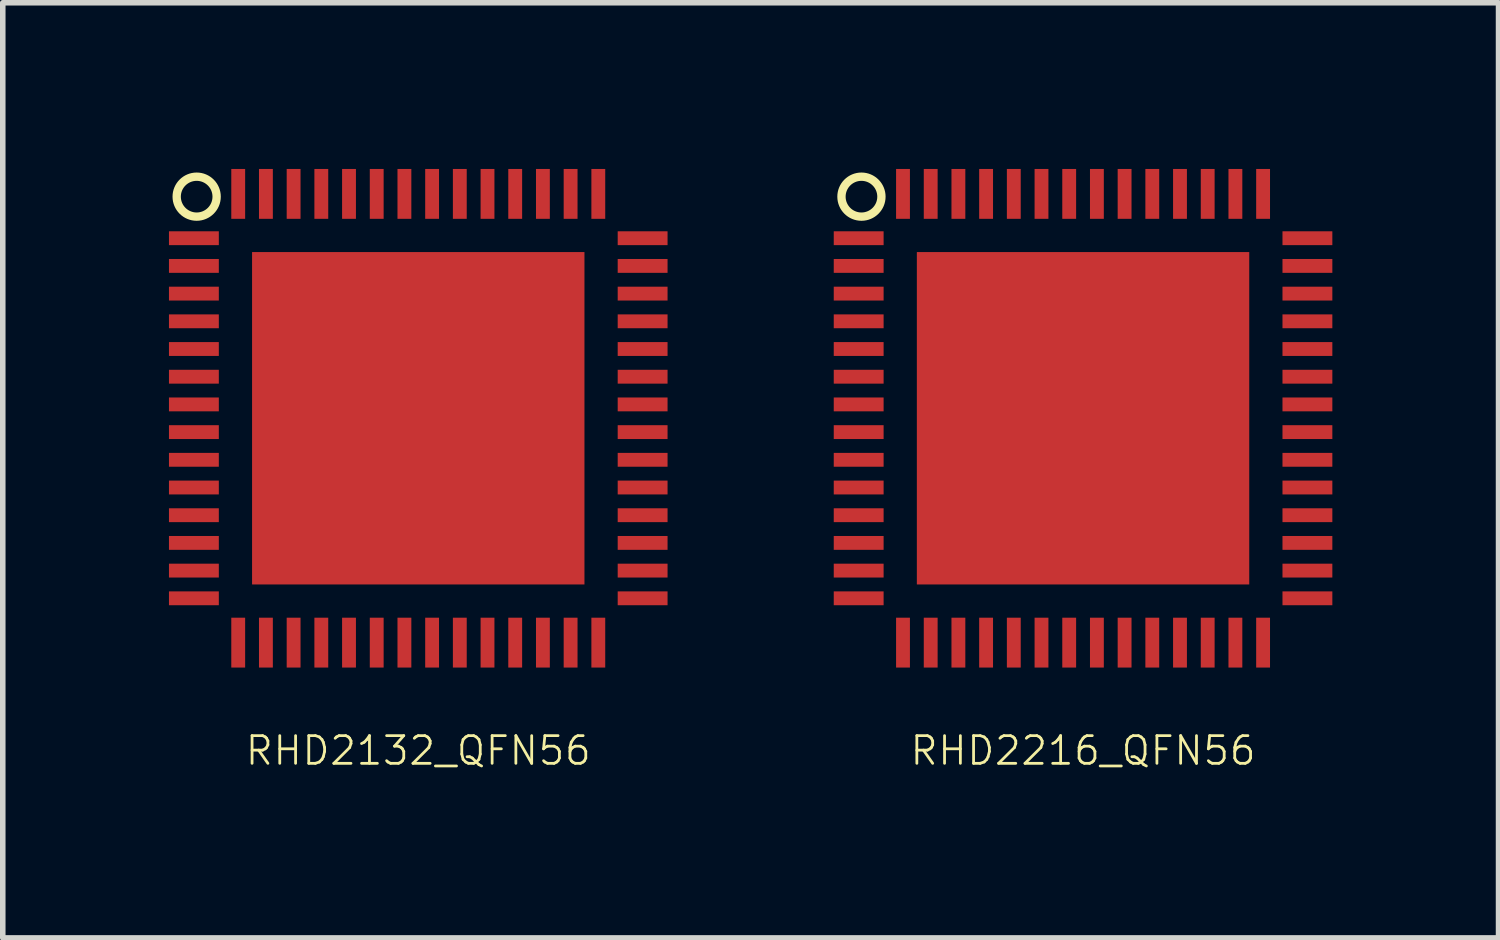
<source format=kicad_pcb>
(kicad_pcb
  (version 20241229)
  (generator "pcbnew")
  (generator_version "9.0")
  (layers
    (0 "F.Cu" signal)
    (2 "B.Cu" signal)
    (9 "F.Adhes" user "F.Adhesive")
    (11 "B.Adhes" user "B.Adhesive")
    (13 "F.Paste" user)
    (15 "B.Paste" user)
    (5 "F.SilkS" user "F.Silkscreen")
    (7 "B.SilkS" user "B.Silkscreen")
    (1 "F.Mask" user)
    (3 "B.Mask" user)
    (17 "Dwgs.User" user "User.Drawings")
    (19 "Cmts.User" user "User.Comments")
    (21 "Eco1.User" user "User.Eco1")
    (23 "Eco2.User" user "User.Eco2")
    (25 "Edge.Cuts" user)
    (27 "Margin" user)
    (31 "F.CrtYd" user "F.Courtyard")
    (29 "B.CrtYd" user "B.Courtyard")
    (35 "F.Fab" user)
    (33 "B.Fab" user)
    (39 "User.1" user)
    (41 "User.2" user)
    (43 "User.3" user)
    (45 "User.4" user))
  (footprint "RHD2216_QFN56"
    (layer "F.Cu")
    (at 16.5 4.5)
    (property "Reference" "RHD2216_QFN56" (at 0 6 0) (layer "F.SilkS") (effects (font (size 0.5 0.5) (thickness 0.05))))
    (attr through_hole)
    (fp_circle (center -4 -4) (end -3.7 -4.2) (stroke (width 0.15) (type solid)) (fill no) (layer "F.SilkS"))
    (pad "1" smd rect (at -4.05 -3.25) (size 0.9 0.25) (layers "F.Cu" "F.Mask" "F.Paste"))
    (pad "2" smd rect (at -4.05 -2.75) (size 0.9 0.25) (layers "F.Cu" "F.Mask" "F.Paste"))
    (pad "3" smd rect (at -4.05 -2.25) (size 0.9 0.25) (layers "F.Cu" "F.Mask" "F.Paste"))
    (pad "4" smd rect (at -4.05 -1.75) (size 0.9 0.25) (layers "F.Cu" "F.Mask" "F.Paste"))
    (pad "5" smd rect (at -4.05 -1.25) (size 0.9 0.25) (layers "F.Cu" "F.Mask" "F.Paste"))
    (pad "6" smd rect (at -4.05 -0.75) (size 0.9 0.25) (layers "F.Cu" "F.Mask" "F.Paste"))
    (pad "7" smd rect (at -4.05 -0.25) (size 0.9 0.25) (layers "F.Cu" "F.Mask" "F.Paste"))
    (pad "8" smd rect (at -4.05 0.25) (size 0.9 0.25) (layers "F.Cu" "F.Mask" "F.Paste"))
    (pad "9" smd rect (at -4.05 0.75) (size 0.9 0.25) (layers "F.Cu" "F.Mask" "F.Paste"))
    (pad "10" smd rect (at -4.05 1.25) (size 0.9 0.25) (layers "F.Cu" "F.Mask" "F.Paste"))
    (pad "11" smd rect (at -4.05 1.75) (size 0.9 0.25) (layers "F.Cu" "F.Mask" "F.Paste"))
    (pad "12" smd rect (at -4.05 2.25) (size 0.9 0.25) (layers "F.Cu" "F.Mask" "F.Paste"))
    (pad "13" smd rect (at -4.05 2.75) (size 0.9 0.25) (layers "F.Cu" "F.Mask" "F.Paste"))
    (pad "14" smd rect (at -4.05 3.25) (size 0.9 0.25) (layers "F.Cu" "F.Mask" "F.Paste"))
    (pad "15" smd rect (at -3.25 4.05) (size 0.25 0.9) (layers "F.Cu" "F.Mask" "F.Paste"))
    (pad "16" smd rect (at -2.75 4.05) (size 0.25 0.9) (layers "F.Cu" "F.Mask" "F.Paste"))
    (pad "17" smd rect (at -2.25 4.05) (size 0.25 0.9) (layers "F.Cu" "F.Mask" "F.Paste"))
    (pad "18" smd rect (at -1.75 4.05) (size 0.25 0.9) (layers "F.Cu" "F.Mask" "F.Paste"))
    (pad "19" smd rect (at -1.25 4.05) (size 0.25 0.9) (layers "F.Cu" "F.Mask" "F.Paste"))
    (pad "20" smd rect (at -0.75 4.05) (size 0.25 0.9) (layers "F.Cu" "F.Mask" "F.Paste"))
    (pad "21" smd rect (at -0.25 4.05) (size 0.25 0.9) (layers "F.Cu" "F.Mask" "F.Paste"))
    (pad "22" smd rect (at 0.25 4.05) (size 0.25 0.9) (layers "F.Cu" "F.Mask" "F.Paste"))
    (pad "23" smd rect (at 0.75 4.05) (size 0.25 0.9) (layers "F.Cu" "F.Mask" "F.Paste"))
    (pad "24" smd rect (at 1.25 4.05) (size 0.25 0.9) (layers "F.Cu" "F.Mask" "F.Paste"))
    (pad "25" smd rect (at 1.75 4.05) (size 0.25 0.9) (layers "F.Cu" "F.Mask" "F.Paste"))
    (pad "26" smd rect (at 2.25 4.05) (size 0.25 0.9) (layers "F.Cu" "F.Mask" "F.Paste"))
    (pad "27" smd rect (at 2.75 4.05) (size 0.25 0.9) (layers "F.Cu" "F.Mask" "F.Paste"))
    (pad "28" smd rect (at 3.25 4.05) (size 0.25 0.9) (layers "F.Cu" "F.Mask" "F.Paste"))
    (pad "29" smd rect (at 4.05 3.25) (size 0.9 0.25) (layers "F.Cu" "F.Mask" "F.Paste"))
    (pad "30" smd rect (at 4.05 2.75) (size 0.9 0.25) (layers "F.Cu" "F.Mask" "F.Paste"))
    (pad "31" smd rect (at 4.05 2.25) (size 0.9 0.25) (layers "F.Cu" "F.Mask" "F.Paste"))
    (pad "32" smd rect (at 4.05 1.75) (size 0.9 0.25) (layers "F.Cu" "F.Mask" "F.Paste"))
    (pad "33" smd rect (at 4.05 1.25) (size 0.9 0.25) (layers "F.Cu" "F.Mask" "F.Paste"))
    (pad "34" smd rect (at 4.05 0.75) (size 0.9 0.25) (layers "F.Cu" "F.Mask" "F.Paste"))
    (pad "35" smd rect (at 4.05 0.25) (size 0.9 0.25) (layers "F.Cu" "F.Mask" "F.Paste"))
    (pad "36" smd rect (at 4.05 -0.25) (size 0.9 0.25) (layers "F.Cu" "F.Mask" "F.Paste"))
    (pad "37" smd rect (at 4.05 -0.75) (size 0.9 0.25) (layers "F.Cu" "F.Mask" "F.Paste"))
    (pad "38" smd rect (at 4.05 -1.25) (size 0.9 0.25) (layers "F.Cu" "F.Mask" "F.Paste"))
    (pad "39" smd rect (at 4.05 -1.75) (size 0.9 0.25) (layers "F.Cu" "F.Mask" "F.Paste"))
    (pad "40" smd rect (at 4.05 -2.25) (size 0.9 0.25) (layers "F.Cu" "F.Mask" "F.Paste"))
    (pad "41" smd rect (at 4.05 -2.75) (size 0.9 0.25) (layers "F.Cu" "F.Mask" "F.Paste"))
    (pad "42" smd rect (at 4.05 -3.25) (size 0.9 0.25) (layers "F.Cu" "F.Mask" "F.Paste"))
    (pad "43" smd rect (at 3.25 -4.05) (size 0.25 0.9) (layers "F.Cu" "F.Mask" "F.Paste"))
    (pad "44" smd rect (at 2.75 -4.05) (size 0.25 0.9) (layers "F.Cu" "F.Mask" "F.Paste"))
    (pad "45" smd rect (at 2.25 -4.05) (size 0.25 0.9) (layers "F.Cu" "F.Mask" "F.Paste"))
    (pad "46" smd rect (at 1.75 -4.05) (size 0.25 0.9) (layers "F.Cu" "F.Mask" "F.Paste"))
    (pad "47" smd rect (at 1.25 -4.05) (size 0.25 0.9) (layers "F.Cu" "F.Mask" "F.Paste"))
    (pad "48" smd rect (at 0.75 -4.05) (size 0.25 0.9) (layers "F.Cu" "F.Mask" "F.Paste"))
    (pad "49" smd rect (at 0.25 -4.05) (size 0.25 0.9) (layers "F.Cu" "F.Mask" "F.Paste"))
    (pad "50" smd rect (at -0.25 -4.05) (size 0.25 0.9) (layers "F.Cu" "F.Mask" "F.Paste"))
    (pad "51" smd rect (at -0.75 -4.05) (size 0.25 0.9) (layers "F.Cu" "F.Mask" "F.Paste"))
    (pad "52" smd rect (at -1.25 -4.05) (size 0.25 0.9) (layers "F.Cu" "F.Mask" "F.Paste"))
    (pad "53" smd rect (at -1.75 -4.05) (size 0.25 0.9) (layers "F.Cu" "F.Mask" "F.Paste"))
    (pad "54" smd rect (at -2.25 -4.05) (size 0.25 0.9) (layers "F.Cu" "F.Mask" "F.Paste"))
    (pad "55" smd rect (at -2.75 -4.05) (size 0.25 0.9) (layers "F.Cu" "F.Mask" "F.Paste"))
    (pad "56" smd rect (at -3.25 -4.05) (size 0.25 0.9) (layers "F.Cu" "F.Mask" "F.Paste"))
    (pad "57" smd rect (at 0 0) (size 6 6) (layers "F.Cu" "F.Mask" "F.Paste")))
  (footprint "RHD2132_QFN56"
    (layer "F.Cu")
    (at 4.5 4.5)
    (property "Reference" "RHD2132_QFN56" (at 0 6 0) (layer "F.SilkS") (effects (font (size 0.5 0.5) (thickness 0.05))))
    (attr through_hole)
    (fp_circle (center -4 -4) (end -3.7 -4.2) (stroke (width 0.15) (type solid)) (fill no) (layer "F.SilkS"))
    (pad "1" smd rect (at -4.05 -3.25) (size 0.9 0.25) (layers "F.Cu" "F.Mask" "F.Paste"))
    (pad "2" smd rect (at -4.05 -2.75) (size 0.9 0.25) (layers "F.Cu" "F.Mask" "F.Paste"))
    (pad "3" smd rect (at -4.05 -2.25) (size 0.9 0.25) (layers "F.Cu" "F.Mask" "F.Paste"))
    (pad "4" smd rect (at -4.05 -1.75) (size 0.9 0.25) (layers "F.Cu" "F.Mask" "F.Paste"))
    (pad "5" smd rect (at -4.05 -1.25) (size 0.9 0.25) (layers "F.Cu" "F.Mask" "F.Paste"))
    (pad "6" smd rect (at -4.05 -0.75) (size 0.9 0.25) (layers "F.Cu" "F.Mask" "F.Paste"))
    (pad "7" smd rect (at -4.05 -0.25) (size 0.9 0.25) (layers "F.Cu" "F.Mask" "F.Paste"))
    (pad "8" smd rect (at -4.05 0.25) (size 0.9 0.25) (layers "F.Cu" "F.Mask" "F.Paste"))
    (pad "9" smd rect (at -4.05 0.75) (size 0.9 0.25) (layers "F.Cu" "F.Mask" "F.Paste"))
    (pad "10" smd rect (at -4.05 1.25) (size 0.9 0.25) (layers "F.Cu" "F.Mask" "F.Paste"))
    (pad "11" smd rect (at -4.05 1.75) (size 0.9 0.25) (layers "F.Cu" "F.Mask" "F.Paste"))
    (pad "12" smd rect (at -4.05 2.25) (size 0.9 0.25) (layers "F.Cu" "F.Mask" "F.Paste"))
    (pad "13" smd rect (at -4.05 2.75) (size 0.9 0.25) (layers "F.Cu" "F.Mask" "F.Paste"))
    (pad "14" smd rect (at -4.05 3.25) (size 0.9 0.25) (layers "F.Cu" "F.Mask" "F.Paste"))
    (pad "15" smd rect (at -3.25 4.05) (size 0.25 0.9) (layers "F.Cu" "F.Mask" "F.Paste"))
    (pad "16" smd rect (at -2.75 4.05) (size 0.25 0.9) (layers "F.Cu" "F.Mask" "F.Paste"))
    (pad "17" smd rect (at -2.25 4.05) (size 0.25 0.9) (layers "F.Cu" "F.Mask" "F.Paste"))
    (pad "18" smd rect (at -1.75 4.05) (size 0.25 0.9) (layers "F.Cu" "F.Mask" "F.Paste"))
    (pad "19" smd rect (at -1.25 4.05) (size 0.25 0.9) (layers "F.Cu" "F.Mask" "F.Paste"))
    (pad "20" smd rect (at -0.75 4.05) (size 0.25 0.9) (layers "F.Cu" "F.Mask" "F.Paste"))
    (pad "21" smd rect (at -0.25 4.05) (size 0.25 0.9) (layers "F.Cu" "F.Mask" "F.Paste"))
    (pad "22" smd rect (at 0.25 4.05) (size 0.25 0.9) (layers "F.Cu" "F.Mask" "F.Paste"))
    (pad "23" smd rect (at 0.75 4.05) (size 0.25 0.9) (layers "F.Cu" "F.Mask" "F.Paste"))
    (pad "24" smd rect (at 1.25 4.05) (size 0.25 0.9) (layers "F.Cu" "F.Mask" "F.Paste"))
    (pad "25" smd rect (at 1.75 4.05) (size 0.25 0.9) (layers "F.Cu" "F.Mask" "F.Paste"))
    (pad "26" smd rect (at 2.25 4.05) (size 0.25 0.9) (layers "F.Cu" "F.Mask" "F.Paste"))
    (pad "27" smd rect (at 2.75 4.05) (size 0.25 0.9) (layers "F.Cu" "F.Mask" "F.Paste"))
    (pad "28" smd rect (at 3.25 4.05) (size 0.25 0.9) (layers "F.Cu" "F.Mask" "F.Paste"))
    (pad "29" smd rect (at 4.05 3.25) (size 0.9 0.25) (layers "F.Cu" "F.Mask" "F.Paste"))
    (pad "30" smd rect (at 4.05 2.75) (size 0.9 0.25) (layers "F.Cu" "F.Mask" "F.Paste"))
    (pad "31" smd rect (at 4.05 2.25) (size 0.9 0.25) (layers "F.Cu" "F.Mask" "F.Paste"))
    (pad "32" smd rect (at 4.05 1.75) (size 0.9 0.25) (layers "F.Cu" "F.Mask" "F.Paste"))
    (pad "33" smd rect (at 4.05 1.25) (size 0.9 0.25) (layers "F.Cu" "F.Mask" "F.Paste"))
    (pad "34" smd rect (at 4.05 0.75) (size 0.9 0.25) (layers "F.Cu" "F.Mask" "F.Paste"))
    (pad "35" smd rect (at 4.05 0.25) (size 0.9 0.25) (layers "F.Cu" "F.Mask" "F.Paste"))
    (pad "36" smd rect (at 4.05 -0.25) (size 0.9 0.25) (layers "F.Cu" "F.Mask" "F.Paste"))
    (pad "37" smd rect (at 4.05 -0.75) (size 0.9 0.25) (layers "F.Cu" "F.Mask" "F.Paste"))
    (pad "38" smd rect (at 4.05 -1.25) (size 0.9 0.25) (layers "F.Cu" "F.Mask" "F.Paste"))
    (pad "39" smd rect (at 4.05 -1.75) (size 0.9 0.25) (layers "F.Cu" "F.Mask" "F.Paste"))
    (pad "40" smd rect (at 4.05 -2.25) (size 0.9 0.25) (layers "F.Cu" "F.Mask" "F.Paste"))
    (pad "41" smd rect (at 4.05 -2.75) (size 0.9 0.25) (layers "F.Cu" "F.Mask" "F.Paste"))
    (pad "42" smd rect (at 4.05 -3.25) (size 0.9 0.25) (layers "F.Cu" "F.Mask" "F.Paste"))
    (pad "43" smd rect (at 3.25 -4.05) (size 0.25 0.9) (layers "F.Cu" "F.Mask" "F.Paste"))
    (pad "44" smd rect (at 2.75 -4.05) (size 0.25 0.9) (layers "F.Cu" "F.Mask" "F.Paste"))
    (pad "45" smd rect (at 2.25 -4.05) (size 0.25 0.9) (layers "F.Cu" "F.Mask" "F.Paste"))
    (pad "46" smd rect (at 1.75 -4.05) (size 0.25 0.9) (layers "F.Cu" "F.Mask" "F.Paste"))
    (pad "47" smd rect (at 1.25 -4.05) (size 0.25 0.9) (layers "F.Cu" "F.Mask" "F.Paste"))
    (pad "48" smd rect (at 0.75 -4.05) (size 0.25 0.9) (layers "F.Cu" "F.Mask" "F.Paste"))
    (pad "49" smd rect (at 0.25 -4.05) (size 0.25 0.9) (layers "F.Cu" "F.Mask" "F.Paste"))
    (pad "50" smd rect (at -0.25 -4.05) (size 0.25 0.9) (layers "F.Cu" "F.Mask" "F.Paste"))
    (pad "51" smd rect (at -0.75 -4.05) (size 0.25 0.9) (layers "F.Cu" "F.Mask" "F.Paste"))
    (pad "52" smd rect (at -1.25 -4.05) (size 0.25 0.9) (layers "F.Cu" "F.Mask" "F.Paste"))
    (pad "53" smd rect (at -1.75 -4.05) (size 0.25 0.9) (layers "F.Cu" "F.Mask" "F.Paste"))
    (pad "54" smd rect (at -2.25 -4.05) (size 0.25 0.9) (layers "F.Cu" "F.Mask" "F.Paste"))
    (pad "55" smd rect (at -2.75 -4.05) (size 0.25 0.9) (layers "F.Cu" "F.Mask" "F.Paste"))
    (pad "56" smd rect (at -3.25 -4.05) (size 0.25 0.9) (layers "F.Cu" "F.Mask" "F.Paste"))
    (pad "57" smd rect (at 0 0) (size 6 6) (layers "F.Cu" "F.Mask" "F.Paste")))
  (gr_rect
    (start -3 -3)
    (end 24 13.88)
    (stroke (width 0.1) (type default))
    (fill no)
    (layer "Edge.Cuts")))
</source>
